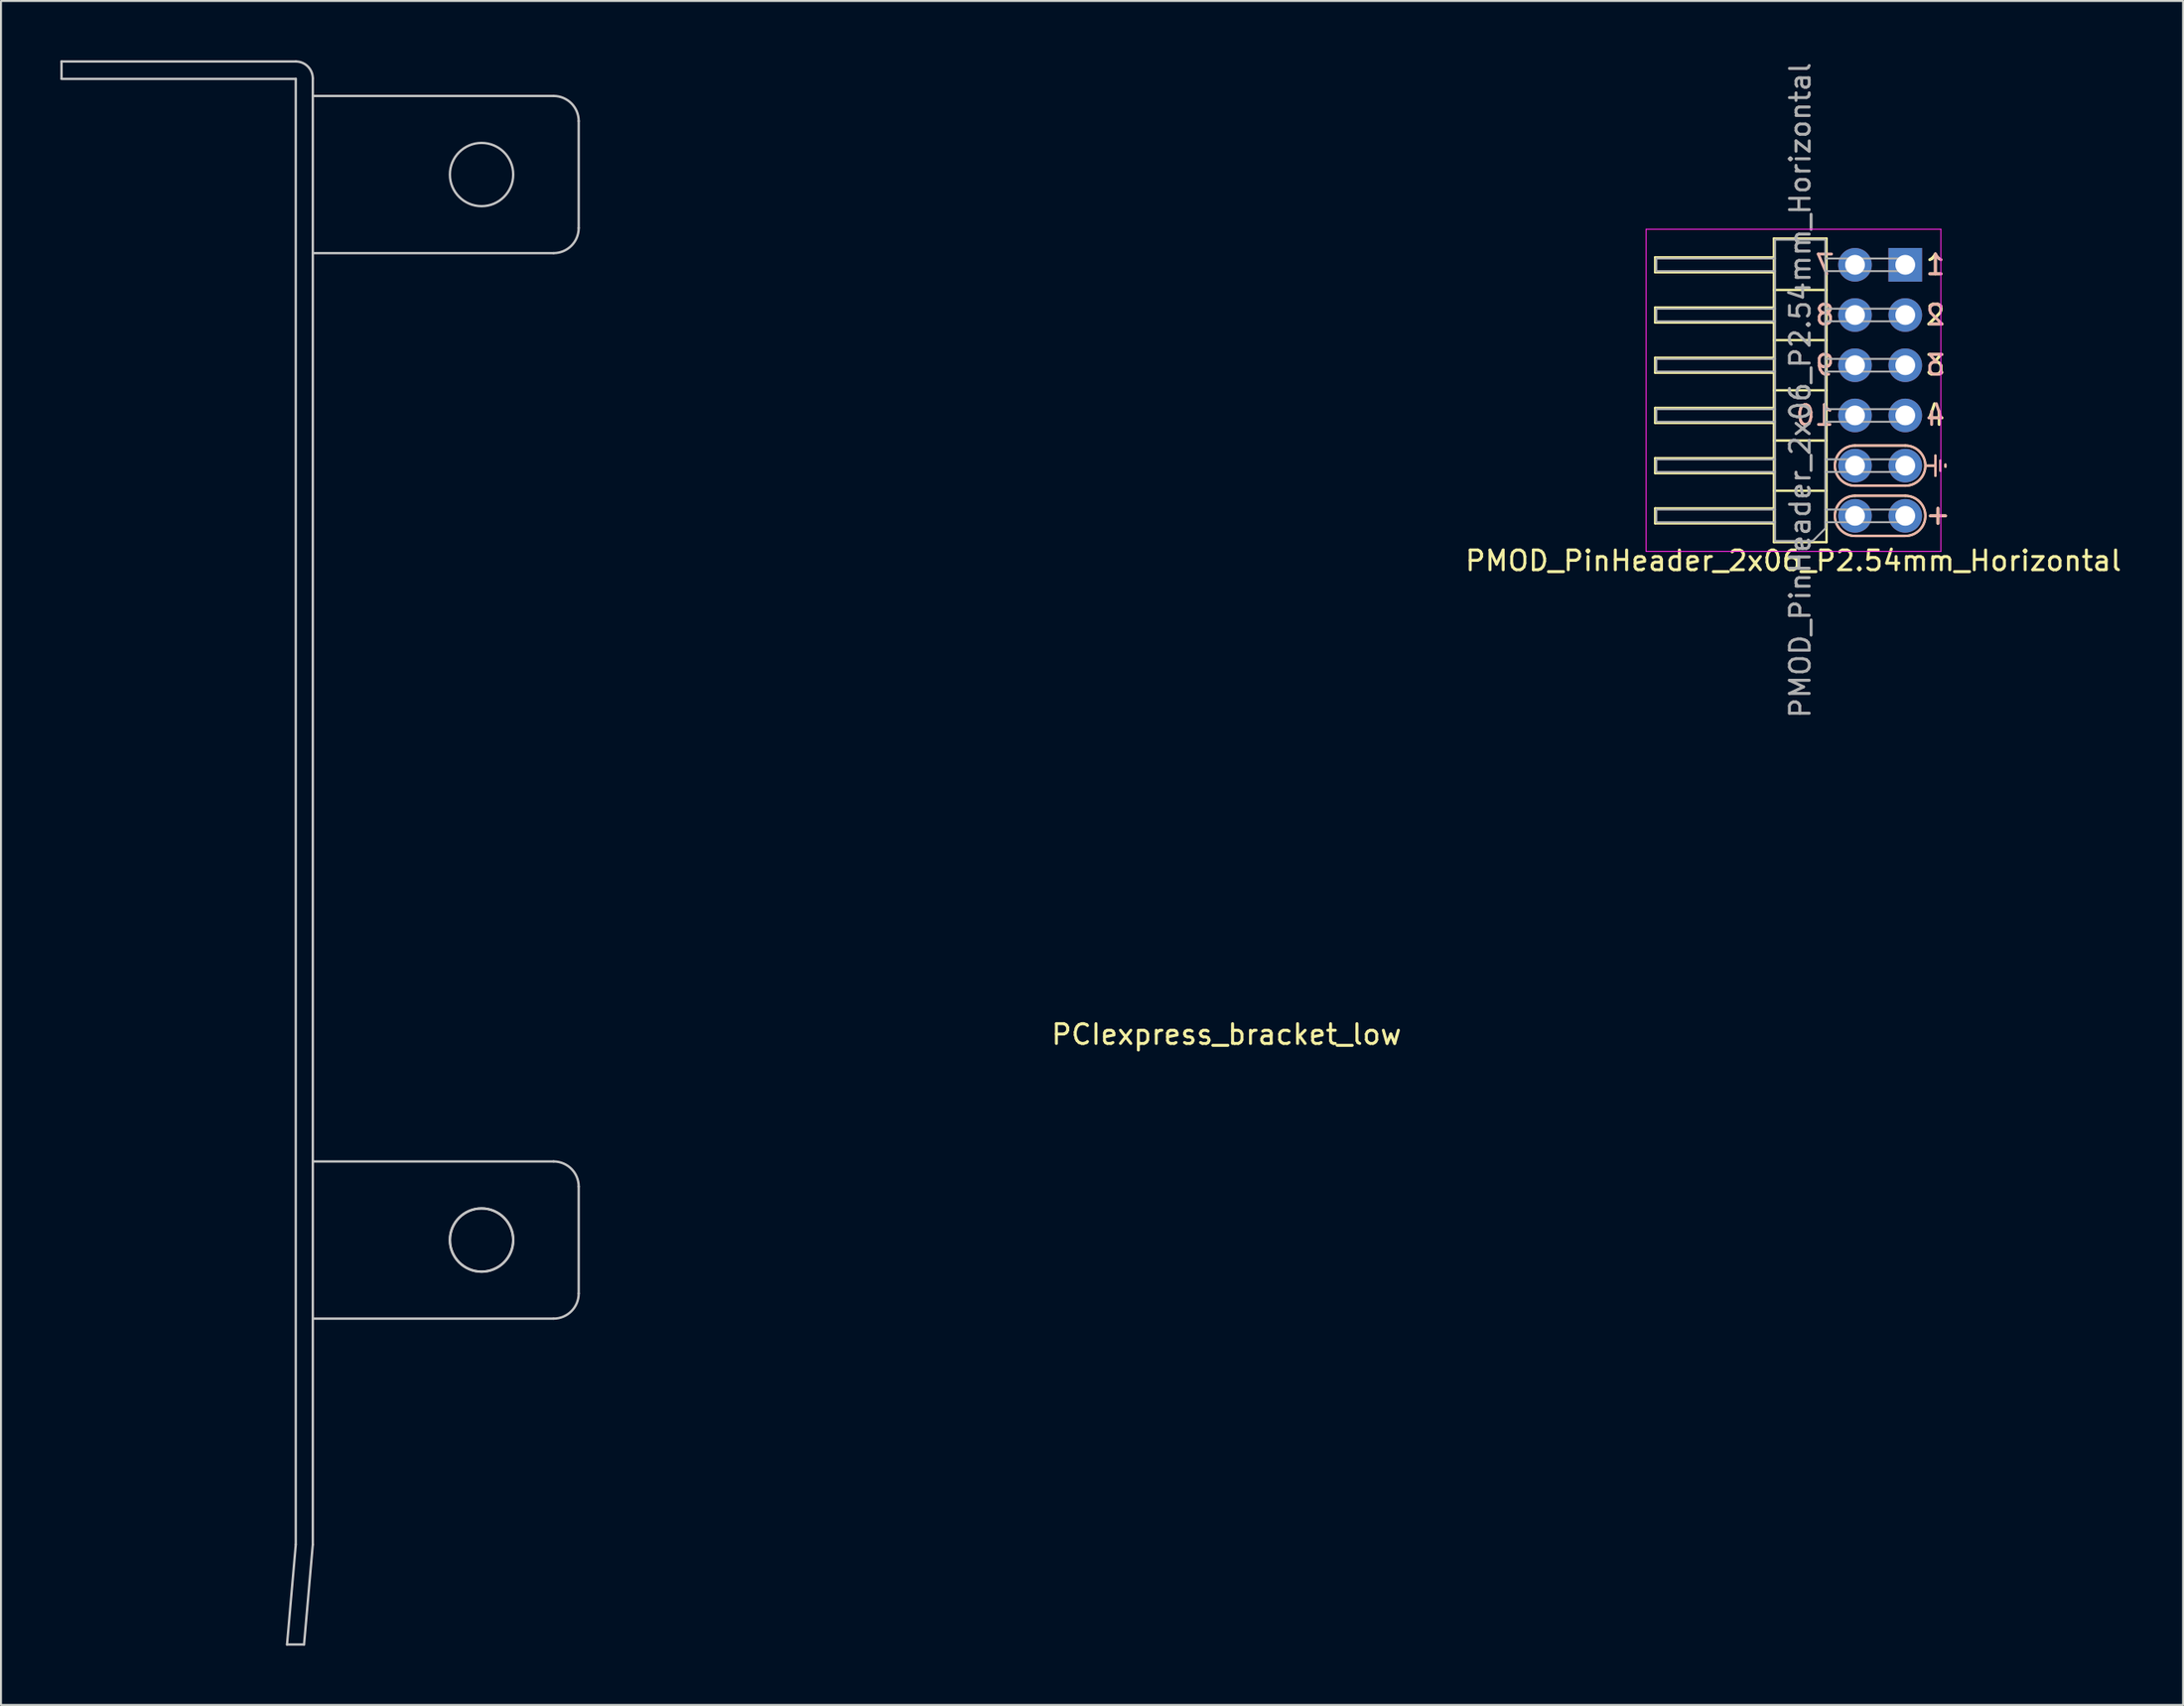
<source format=kicad_pcb>
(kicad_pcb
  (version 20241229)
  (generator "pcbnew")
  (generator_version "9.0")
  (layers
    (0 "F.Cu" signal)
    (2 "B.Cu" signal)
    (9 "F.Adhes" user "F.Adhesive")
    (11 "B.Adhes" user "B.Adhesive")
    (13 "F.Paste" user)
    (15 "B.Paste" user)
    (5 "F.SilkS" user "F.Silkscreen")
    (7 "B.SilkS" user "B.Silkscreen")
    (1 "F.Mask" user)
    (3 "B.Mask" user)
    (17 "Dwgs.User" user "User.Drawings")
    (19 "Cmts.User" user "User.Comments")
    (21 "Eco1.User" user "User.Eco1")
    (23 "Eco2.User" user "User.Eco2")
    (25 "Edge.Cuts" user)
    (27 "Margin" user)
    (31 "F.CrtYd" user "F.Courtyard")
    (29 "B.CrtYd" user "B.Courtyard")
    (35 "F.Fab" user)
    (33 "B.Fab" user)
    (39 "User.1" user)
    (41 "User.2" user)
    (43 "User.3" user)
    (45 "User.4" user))
  (footprint "PCIexpress_bracket_low"
    (layer "F.Cu")
    (at 58.94 69.03)
    (property "Reference" "PCIexpress_bracket_low" (at 0 -19.75 0) (layer "F.SilkS") (effects (font (size 1 1) (thickness 0.15))))
    (attr exclude_from_pos_files exclude_from_bom)
    (fp_line (start -58.88 -68.11) (end -58.88 -68.97) (stroke (width 0.12) (type solid)) (layer "Dwgs.User"))
    (fp_line (start -47.482 11.11) (end -46.622 11.11) (stroke (width 0.12) (type solid)) (layer "Dwgs.User"))
    (fp_line (start -47.04 -68.97) (end -58.88 -68.97) (stroke (width 0.12) (type solid)) (layer "Dwgs.User"))
    (fp_line (start -47.04 -68.09) (end -58.88 -68.09) (stroke (width 0.12) (type solid)) (layer "Dwgs.User"))
    (fp_line (start -47.04 -68.09) (end -47.04 6.059) (stroke (width 0.12) (type solid)) (layer "Dwgs.User"))
    (fp_line (start -47.04 6.059) (end -47.482 11.11) (stroke (width 0.12) (type solid)) (layer "Dwgs.User"))
    (fp_line (start -46.18 -68.11) (end -46.18 6.059) (stroke (width 0.12) (type solid)) (layer "Dwgs.User"))
    (fp_line (start -46.18 6.059) (end -46.622 11.11) (stroke (width 0.12) (type solid)) (layer "Dwgs.User"))
    (fp_line (start -34.01 -67.225) (end -46.18 -67.225) (stroke (width 0.12) (type solid)) (layer "Dwgs.User"))
    (fp_line (start -34.01 -59.275) (end -46.18 -59.275) (stroke (width 0.12) (type solid)) (layer "Dwgs.User"))
    (fp_line (start -34.01 -13.325) (end -46.18 -13.325) (stroke (width 0.12) (type solid)) (layer "Dwgs.User"))
    (fp_line (start -34.01 -5.375) (end -46.18 -5.375) (stroke (width 0.12) (type solid)) (layer "Dwgs.User"))
    (fp_line (start -32.74 -65.955) (end -32.74 -60.545) (stroke (width 0.12) (type solid)) (layer "Dwgs.User"))
    (fp_line (start -32.74 -12.055) (end -32.74 -6.645) (stroke (width 0.12) (type solid)) (layer "Dwgs.User"))
    (fp_arc (start -47.04 -68.97) (mid -46.431888 -68.718112) (end -46.18 -68.11) (stroke (width 0.12) (type solid)) (layer "Dwgs.User"))
    (fp_arc (start -34.01 -67.225) (mid -33.111974 -66.853026) (end -32.74 -65.955) (stroke (width 0.12) (type solid)) (layer "Dwgs.User"))
    (fp_arc (start -34.01 -13.325) (mid -33.111974 -12.953026) (end -32.74 -12.055) (stroke (width 0.12) (type solid)) (layer "Dwgs.User"))
    (fp_arc (start -32.74 -60.545) (mid -33.111974 -59.646974) (end -34.01 -59.275) (stroke (width 0.12) (type solid)) (layer "Dwgs.User"))
    (fp_arc (start -32.74 -6.645) (mid -33.111974 -5.746974) (end -34.01 -5.375) (stroke (width 0.12) (type solid)) (layer "Dwgs.User"))
    (fp_circle (center -37.65 -63.25) (end -36.05 -63.25) (stroke (width 0.12) (type solid)) (fill no) (layer "Dwgs.User"))
    (fp_circle (center -37.65 -9.35) (end -36.05 -9.35) (stroke (width 0.12) (type solid)) (fill no) (layer "Dwgs.User"))
    (fp_circle (center -37.65 -9.35) (end -36.05 -9.35) (stroke (width 0.12) (type solid)) (fill no) (layer "Dwgs.User")))
  (footprint "PMOD_PinHeader_2x06_P2.54mm_Horizontal"
    (layer "F.Cu")
    (at 93.25 10.346)
    (property "Reference" "PMOD_PinHeader_2x06_P2.54mm_Horizontal" (at -5.655 14.97 180) (layer "F.SilkS") (effects (font (size 1 1) (thickness 0.15))))
    (attr through_hole)
    (fp_line (start -12.64 -0.38) (end -6.64 -0.38) (stroke (width 0.12) (type solid)) (layer "F.SilkS"))
    (fp_line (start -12.64 0.38) (end -12.64 -0.38) (stroke (width 0.12) (type solid)) (layer "F.SilkS"))
    (fp_line (start -12.64 2.16) (end -6.64 2.16) (stroke (width 0.12) (type solid)) (layer "F.SilkS"))
    (fp_line (start -12.64 2.92) (end -12.64 2.16) (stroke (width 0.12) (type solid)) (layer "F.SilkS"))
    (fp_line (start -12.64 4.7) (end -6.64 4.7) (stroke (width 0.12) (type solid)) (layer "F.SilkS"))
    (fp_line (start -12.64 5.46) (end -12.64 4.7) (stroke (width 0.12) (type solid)) (layer "F.SilkS"))
    (fp_line (start -12.64 7.24) (end -6.64 7.24) (stroke (width 0.12) (type solid)) (layer "F.SilkS"))
    (fp_line (start -12.64 8) (end -12.64 7.24) (stroke (width 0.12) (type solid)) (layer "F.SilkS"))
    (fp_line (start -12.64 9.78) (end -6.64 9.78) (stroke (width 0.12) (type solid)) (layer "F.SilkS"))
    (fp_line (start -12.64 10.54) (end -12.64 9.78) (stroke (width 0.12) (type solid)) (layer "F.SilkS"))
    (fp_line (start -12.64 12.32) (end -6.64 12.32) (stroke (width 0.12) (type solid)) (layer "F.SilkS"))
    (fp_line (start -12.64 13.08) (end -12.64 12.32) (stroke (width 0.12) (type solid)) (layer "F.SilkS"))
    (fp_line (start -6.64 -1.33) (end -6.64 14.03) (stroke (width 0.12) (type solid)) (layer "F.SilkS"))
    (fp_line (start -6.64 0.38) (end -12.64 0.38) (stroke (width 0.12) (type solid)) (layer "F.SilkS"))
    (fp_line (start -6.64 2.92) (end -12.64 2.92) (stroke (width 0.12) (type solid)) (layer "F.SilkS"))
    (fp_line (start -6.64 5.46) (end -12.64 5.46) (stroke (width 0.12) (type solid)) (layer "F.SilkS"))
    (fp_line (start -6.64 8) (end -12.64 8) (stroke (width 0.12) (type solid)) (layer "F.SilkS"))
    (fp_line (start -6.64 10.54) (end -12.64 10.54) (stroke (width 0.12) (type solid)) (layer "F.SilkS"))
    (fp_line (start -6.64 13.08) (end -12.64 13.08) (stroke (width 0.12) (type solid)) (layer "F.SilkS"))
    (fp_line (start -6.64 14.03) (end -3.98 14.03) (stroke (width 0.12) (type solid)) (layer "F.SilkS"))
    (fp_line (start -3.98 -1.33) (end -6.64 -1.33) (stroke (width 0.12) (type solid)) (layer "F.SilkS"))
    (fp_line (start -3.98 1.27) (end -6.64 1.27) (stroke (width 0.12) (type solid)) (layer "F.SilkS"))
    (fp_line (start -3.98 3.81) (end -6.64 3.81) (stroke (width 0.12) (type solid)) (layer "F.SilkS"))
    (fp_line (start -3.98 6.35) (end -6.64 6.35) (stroke (width 0.12) (type solid)) (layer "F.SilkS"))
    (fp_line (start -3.98 8.89) (end -6.64 8.89) (stroke (width 0.12) (type solid)) (layer "F.SilkS"))
    (fp_line (start -3.98 11.43) (end -6.64 11.43) (stroke (width 0.12) (type solid)) (layer "F.SilkS"))
    (fp_line (start -3.98 14.03) (end -3.98 -1.33) (stroke (width 0.12) (type solid)) (layer "F.SilkS"))
    (fp_line (start -2.54 9.144) (end 0 9.144) (stroke (width 0.12) (type solid)) (layer "F.SilkS"))
    (fp_line (start -2.54 11.684) (end 0 11.684) (stroke (width 0.12) (type solid)) (layer "F.SilkS"))
    (fp_line (start 0 11.176) (end -2.54 11.176) (stroke (width 0.12) (type solid)) (layer "F.SilkS"))
    (fp_line (start 0 13.716) (end -2.54 13.716) (stroke (width 0.12) (type solid)) (layer "F.SilkS"))
    (fp_line (start 1.016 10.16) (end 1.524 10.16) (stroke (width 0.12) (type solid)) (layer "F.SilkS"))
    (fp_line (start 1.524 9.652) (end 1.524 10.668) (stroke (width 0.12) (type solid)) (layer "F.SilkS"))
    (fp_line (start 1.778 9.906) (end 1.778 10.414) (stroke (width 0.12) (type solid)) (layer "F.SilkS"))
    (fp_line (start 2.032 10.109) (end 2.032 10.211) (stroke (width 0.12) (type solid)) (layer "F.SilkS"))
    (fp_arc (start -2.54 11.176) (mid -3.556 10.16) (end -2.54 9.144) (stroke (width 0.12) (type solid)) (layer "F.SilkS"))
    (fp_arc (start -2.54 13.716) (mid -3.556 12.7) (end -2.54 11.684) (stroke (width 0.12) (type solid)) (layer "F.SilkS"))
    (fp_arc (start 0 9.144) (mid 1.016 10.16) (end 0 11.176) (stroke (width 0.12) (type solid)) (layer "F.SilkS"))
    (fp_arc (start 0 11.684) (mid 1.016 12.7) (end 0 13.716) (stroke (width 0.12) (type solid)) (layer "F.SilkS"))
    (fp_line (start -2.54 11.176) (end 0 11.176) (stroke (width 0.12) (type solid)) (layer "B.SilkS"))
    (fp_line (start -2.54 13.716) (end 0 13.716) (stroke (width 0.12) (type solid)) (layer "B.SilkS"))
    (fp_line (start 0 9.144) (end -2.54 9.144) (stroke (width 0.12) (type solid)) (layer "B.SilkS"))
    (fp_line (start 0 11.684) (end -2.54 11.684) (stroke (width 0.12) (type solid)) (layer "B.SilkS"))
    (fp_line (start 1.016 10.16) (end 1.524 10.16) (stroke (width 0.12) (type solid)) (layer "B.SilkS"))
    (fp_line (start 1.524 10.668) (end 1.524 9.652) (stroke (width 0.12) (type solid)) (layer "B.SilkS"))
    (fp_line (start 1.778 10.414) (end 1.778 9.906) (stroke (width 0.12) (type solid)) (layer "B.SilkS"))
    (fp_line (start 2.032 10.211) (end 2.032 10.109) (stroke (width 0.12) (type solid)) (layer "B.SilkS"))
    (fp_arc (start -2.54 11.176) (mid -3.556 10.16) (end -2.54 9.144) (stroke (width 0.12) (type solid)) (layer "B.SilkS"))
    (fp_arc (start -2.54 13.716) (mid -3.556 12.7) (end -2.54 11.684) (stroke (width 0.12) (type solid)) (layer "B.SilkS"))
    (fp_arc (start 0 9.144) (mid 1.016 10.16) (end 0 11.176) (stroke (width 0.12) (type solid)) (layer "B.SilkS"))
    (fp_arc (start 0 11.684) (mid 1.016 12.7) (end 0 13.716) (stroke (width 0.12) (type solid)) (layer "B.SilkS"))
    (fp_line (start -13.1 -1.8) (end -13.1 14.5) (stroke (width 0.05) (type solid)) (layer "F.CrtYd"))
    (fp_line (start -13.1 14.5) (end 1.8 14.5) (stroke (width 0.05) (type solid)) (layer "F.CrtYd"))
    (fp_line (start 1.8 -1.8) (end -13.1 -1.8) (stroke (width 0.05) (type solid)) (layer "F.CrtYd"))
    (fp_line (start 1.8 14.5) (end 1.8 -1.8) (stroke (width 0.05) (type solid)) (layer "F.CrtYd"))
    (fp_line (start -12.58 0.32) (end -12.58 -0.32) (stroke (width 0.1) (type solid)) (layer "F.Fab"))
    (fp_line (start -12.58 2.86) (end -12.58 2.22) (stroke (width 0.1) (type solid)) (layer "F.Fab"))
    (fp_line (start -12.58 5.4) (end -12.58 4.76) (stroke (width 0.1) (type solid)) (layer "F.Fab"))
    (fp_line (start -12.58 7.94) (end -12.58 7.3) (stroke (width 0.1) (type solid)) (layer "F.Fab"))
    (fp_line (start -12.58 10.48) (end -12.58 9.84) (stroke (width 0.1) (type solid)) (layer "F.Fab"))
    (fp_line (start -12.58 13.02) (end -12.58 12.38) (stroke (width 0.1) (type solid)) (layer "F.Fab"))
    (fp_line (start -6.58 -1.27) (end -4.04 -1.27) (stroke (width 0.1) (type solid)) (layer "F.Fab"))
    (fp_line (start -6.58 -0.32) (end -12.58 -0.32) (stroke (width 0.1) (type solid)) (layer "F.Fab"))
    (fp_line (start -6.58 0.32) (end -12.58 0.32) (stroke (width 0.1) (type solid)) (layer "F.Fab"))
    (fp_line (start -6.58 2.22) (end -12.58 2.22) (stroke (width 0.1) (type solid)) (layer "F.Fab"))
    (fp_line (start -6.58 2.86) (end -12.58 2.86) (stroke (width 0.1) (type solid)) (layer "F.Fab"))
    (fp_line (start -6.58 4.76) (end -12.58 4.76) (stroke (width 0.1) (type solid)) (layer "F.Fab"))
    (fp_line (start -6.58 5.4) (end -12.58 5.4) (stroke (width 0.1) (type solid)) (layer "F.Fab"))
    (fp_line (start -6.58 7.3) (end -12.58 7.3) (stroke (width 0.1) (type solid)) (layer "F.Fab"))
    (fp_line (start -6.58 7.94) (end -12.58 7.94) (stroke (width 0.1) (type solid)) (layer "F.Fab"))
    (fp_line (start -6.58 9.84) (end -12.58 9.84) (stroke (width 0.1) (type solid)) (layer "F.Fab"))
    (fp_line (start -6.58 10.48) (end -12.58 10.48) (stroke (width 0.1) (type solid)) (layer "F.Fab"))
    (fp_line (start -6.58 12.38) (end -12.58 12.38) (stroke (width 0.1) (type solid)) (layer "F.Fab"))
    (fp_line (start -6.58 13.02) (end -12.58 13.02) (stroke (width 0.1) (type solid)) (layer "F.Fab"))
    (fp_line (start -6.58 13.97) (end -6.58 -1.27) (stroke (width 0.1) (type solid)) (layer "F.Fab"))
    (fp_line (start -4.675 13.97) (end -6.58 13.97) (stroke (width 0.1) (type solid)) (layer "F.Fab"))
    (fp_line (start -4.04 -1.27) (end -4.04 13.335) (stroke (width 0.1) (type solid)) (layer "F.Fab"))
    (fp_line (start -4.04 13.335) (end -4.675 13.97) (stroke (width 0.1) (type solid)) (layer "F.Fab"))
    (fp_line (start 0.32 -0.32) (end -4.04 -0.32) (stroke (width 0.1) (type solid)) (layer "F.Fab"))
    (fp_line (start 0.32 0.32) (end -4.04 0.32) (stroke (width 0.1) (type solid)) (layer "F.Fab"))
    (fp_line (start 0.32 0.32) (end 0.32 -0.32) (stroke (width 0.1) (type solid)) (layer "F.Fab"))
    (fp_line (start 0.32 2.22) (end -4.04 2.22) (stroke (width 0.1) (type solid)) (layer "F.Fab"))
    (fp_line (start 0.32 2.86) (end -4.04 2.86) (stroke (width 0.1) (type solid)) (layer "F.Fab"))
    (fp_line (start 0.32 2.86) (end 0.32 2.22) (stroke (width 0.1) (type solid)) (layer "F.Fab"))
    (fp_line (start 0.32 4.76) (end -4.04 4.76) (stroke (width 0.1) (type solid)) (layer "F.Fab"))
    (fp_line (start 0.32 5.4) (end -4.04 5.4) (stroke (width 0.1) (type solid)) (layer "F.Fab"))
    (fp_line (start 0.32 5.4) (end 0.32 4.76) (stroke (width 0.1) (type solid)) (layer "F.Fab"))
    (fp_line (start 0.32 7.3) (end -4.04 7.3) (stroke (width 0.1) (type solid)) (layer "F.Fab"))
    (fp_line (start 0.32 7.94) (end -4.04 7.94) (stroke (width 0.1) (type solid)) (layer "F.Fab"))
    (fp_line (start 0.32 7.94) (end 0.32 7.3) (stroke (width 0.1) (type solid)) (layer "F.Fab"))
    (fp_line (start 0.32 9.84) (end -4.04 9.84) (stroke (width 0.1) (type solid)) (layer "F.Fab"))
    (fp_line (start 0.32 10.48) (end -4.04 10.48) (stroke (width 0.1) (type solid)) (layer "F.Fab"))
    (fp_line (start 0.32 10.48) (end 0.32 9.84) (stroke (width 0.1) (type solid)) (layer "F.Fab"))
    (fp_line (start 0.32 12.38) (end -4.04 12.38) (stroke (width 0.1) (type solid)) (layer "F.Fab"))
    (fp_line (start 0.32 13.02) (end -4.04 13.02) (stroke (width 0.1) (type solid)) (layer "F.Fab"))
    (fp_line (start 0.32 13.02) (end 0.32 12.38) (stroke (width 0.1) (type solid)) (layer "F.Fab"))
    (fp_text user "3" (at 1.524 5.08 0) (unlocked yes) (layer "F.SilkS") (effects (font (size 1 1) (thickness 0.15))))
    (fp_text user "+" (at 1.651 12.776 180) (unlocked yes) (layer "F.SilkS") (effects (font (size 1 1) (thickness 0.15))))
    (fp_text user "1" (at 1.524 0 0) (unlocked yes) (layer "F.SilkS") (effects (font (size 1 1) (thickness 0.15))))
    (fp_text user "2" (at 1.524 2.54 0) (unlocked yes) (layer "F.SilkS") (effects (font (size 1 1) (thickness 0.15))))
    (fp_text user "4" (at 1.524 7.62 0) (unlocked yes) (layer "F.SilkS") (effects (font (size 1 1) (thickness 0.15))))
    (fp_text user "10" (at -4.572 7.62 0) (unlocked yes) (layer "B.SilkS") (effects (font (size 1 1) (thickness 0.15)) (justify mirror)))
    (fp_text user "2" (at 1.524 2.54 0) (unlocked yes) (layer "B.SilkS") (effects (font (size 1 1) (thickness 0.15)) (justify mirror)))
    (fp_text user "3" (at 1.524 5.08 0) (unlocked yes) (layer "B.SilkS") (effects (font (size 1 1) (thickness 0.15)) (justify mirror)))
    (fp_text user "9" (at -4.064 5.08 0) (unlocked yes) (layer "B.SilkS") (effects (font (size 1 1) (thickness 0.15)) (justify mirror)))
    (fp_text user "4" (at 1.524 7.62 0) (unlocked yes) (layer "B.SilkS") (effects (font (size 1 1) (thickness 0.15)) (justify mirror)))
    (fp_text user "7" (at -4.064 0 0) (unlocked yes) (layer "B.SilkS") (effects (font (size 1 1) (thickness 0.15)) (justify mirror)))
    (fp_text user "+" (at 1.651 12.624 0) (unlocked yes) (layer "B.SilkS") (effects (font (size 1 1) (thickness 0.15)) (justify mirror)))
    (fp_text user "8" (at -4.064 2.54 0) (unlocked yes) (layer "B.SilkS") (effects (font (size 1 1) (thickness 0.15)) (justify mirror)))
    (fp_text user "1" (at 1.524 0 0) (unlocked yes) (layer "B.SilkS") (effects (font (size 1 1) (thickness 0.15)) (justify mirror)))
    (fp_text user "${REFERENCE}" (at -5.31 6.35 270) (layer "F.Fab") (effects (font (size 1 1) (thickness 0.15))))
    (pad "1" thru_hole rect (at 0 0 180) (size 1.7 1.7) (drill 1) (layers "*.Cu" "*.Mask"))
    (pad "2" thru_hole oval (at 0 2.54 180) (size 1.7 1.7) (drill 1) (layers "*.Cu" "*.Mask"))
    (pad "3" thru_hole oval (at 0 5.08 180) (size 1.7 1.7) (drill 1) (layers "*.Cu" "*.Mask"))
    (pad "4" thru_hole oval (at 0 7.62 180) (size 1.7 1.7) (drill 1) (layers "*.Cu" "*.Mask"))
    (pad "5" thru_hole oval (at 0 10.16 180) (size 1.7 1.7) (drill 1) (layers "*.Cu" "*.Mask"))
    (pad "6" thru_hole oval (at 0 12.7 180) (size 1.7 1.7) (drill 1) (layers "*.Cu" "*.Mask"))
    (pad "7" thru_hole oval (at -2.54 0 180) (size 1.7 1.7) (drill 1) (layers "*.Cu" "*.Mask"))
    (pad "8" thru_hole oval (at -2.54 2.54 180) (size 1.7 1.7) (drill 1) (layers "*.Cu" "*.Mask"))
    (pad "9" thru_hole oval (at -2.54 5.08 180) (size 1.7 1.7) (drill 1) (layers "*.Cu" "*.Mask"))
    (pad "10" thru_hole oval (at -2.54 7.62 180) (size 1.7 1.7) (drill 1) (layers "*.Cu" "*.Mask"))
    (pad "11" thru_hole oval (at -2.54 10.16 180) (size 1.7 1.7) (drill 1) (layers "*.Cu" "*.Mask"))
    (pad "12" thru_hole oval (at -2.54 12.7 180) (size 1.7 1.7) (drill 1) (layers "*.Cu" "*.Mask")))
  (gr_rect
    (start -3 -3)
    (end 107.291 83.2)
    (stroke (width 0.1) (type default))
    (fill no)
    (layer "Edge.Cuts")))
</source>
